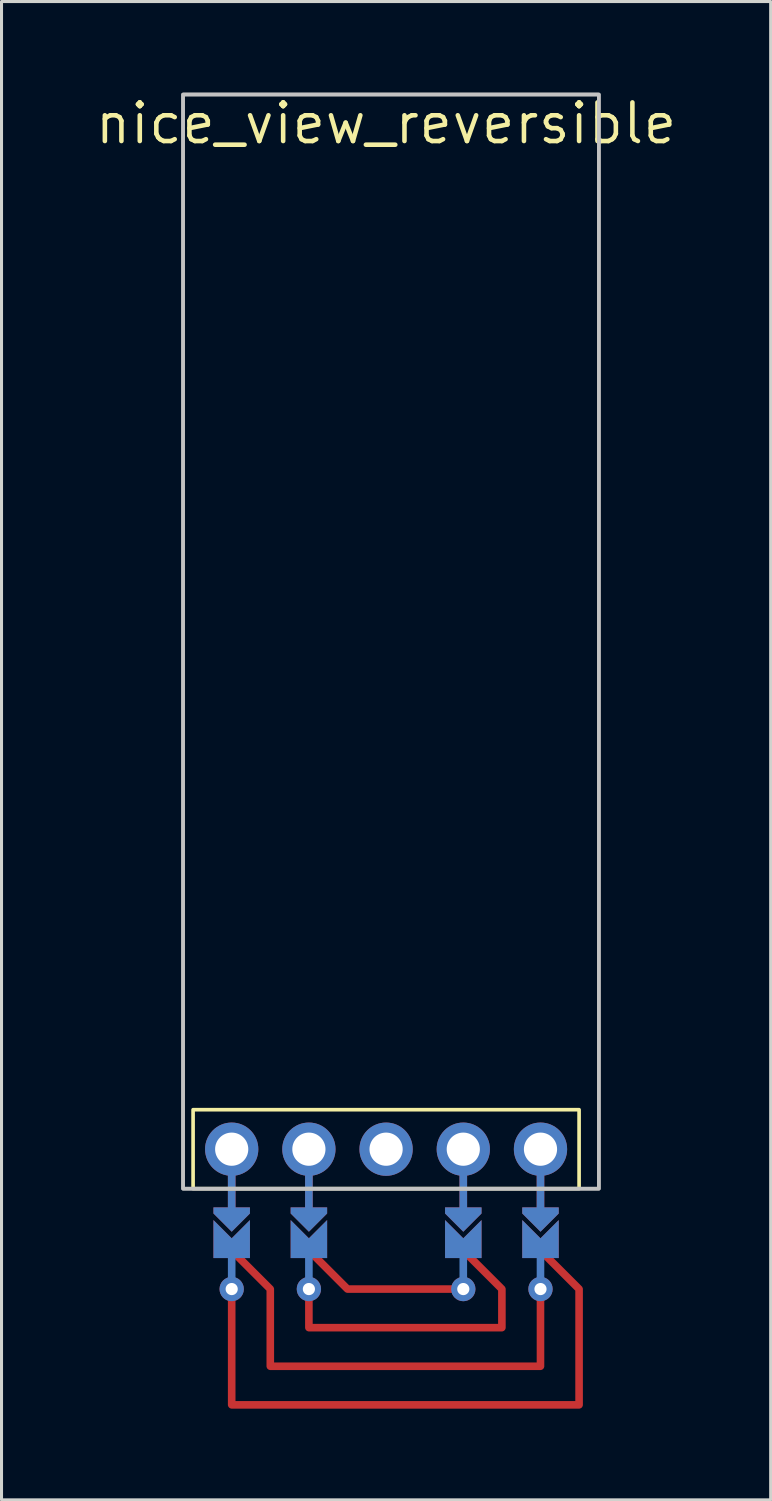
<source format=kicad_pcb>
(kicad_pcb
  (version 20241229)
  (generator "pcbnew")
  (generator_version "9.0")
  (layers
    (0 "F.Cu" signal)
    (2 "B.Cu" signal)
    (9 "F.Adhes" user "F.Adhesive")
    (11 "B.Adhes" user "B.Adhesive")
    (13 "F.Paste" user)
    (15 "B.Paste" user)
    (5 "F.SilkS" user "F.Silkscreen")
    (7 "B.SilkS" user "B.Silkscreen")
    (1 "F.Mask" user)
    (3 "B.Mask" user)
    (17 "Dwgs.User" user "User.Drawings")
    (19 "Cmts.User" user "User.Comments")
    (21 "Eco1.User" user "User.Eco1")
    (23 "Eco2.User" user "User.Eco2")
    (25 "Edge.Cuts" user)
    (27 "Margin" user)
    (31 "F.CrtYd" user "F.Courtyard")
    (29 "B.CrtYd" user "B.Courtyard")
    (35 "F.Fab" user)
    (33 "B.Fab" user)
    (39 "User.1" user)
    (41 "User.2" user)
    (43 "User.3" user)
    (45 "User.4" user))
  (footprint "nice_view_reversible"
    (layer "F.Cu")
    (at 9.653 18.28)
    (property "Reference" "nice_view_reversible" (at 0 -17.27 0) (layer "F.SilkS") (effects (font (size 1.27 1.27) (thickness 0.15))))
    (attr through_hole)
    (fp_rect (start -5.59 19.558) (end -4.57 18.542) (stroke (width 0.1) (type solid)) (fill yes) (layer "F.Mask"))
    (fp_rect (start -3.05 19.558) (end -2.03 18.542) (stroke (width 0.1) (type solid)) (fill yes) (layer "F.Mask"))
    (fp_rect (start 2.03 19.558) (end 3.05 18.542) (stroke (width 0.1) (type solid)) (fill yes) (layer "F.Mask"))
    (fp_rect (start 4.57 19.558) (end 5.59 18.542) (stroke (width 0.1) (type solid)) (fill yes) (layer "F.Mask"))
    (fp_rect (start -5.59 19.558) (end -4.57 18.542) (stroke (width 0.1) (type solid)) (fill yes) (layer "B.Mask"))
    (fp_rect (start -3.05 19.558) (end -2.03 18.542) (stroke (width 0.1) (type solid)) (fill yes) (layer "B.Mask"))
    (fp_rect (start 2.03 19.558) (end 3.05 18.542) (stroke (width 0.1) (type solid)) (fill yes) (layer "B.Mask"))
    (fp_rect (start 4.57 19.558) (end 5.59 18.542) (stroke (width 0.1) (type solid)) (fill yes) (layer "B.Mask"))
    (fp_rect (start -6.35 15.18) (end 6.35 17.78) (stroke (width 0.12) (type solid)) (fill no) (layer "F.SilkS"))
    (fp_rect (start 7 17.78) (end -6.68 -18.22) (stroke (width 0.12) (type solid)) (fill no) (layer "Dwgs.User"))
    (fp_rect (start 7 17.78) (end -6.68 -18.22) (stroke (width 0.12) (type solid)) (fill no) (layer "F.Fab"))
    (pad "" smd rect (at -5.08 17.78) (size 0.25 2) (layers "F.Cu"))
    (pad "" smd rect (at -5.08 17.78) (size 0.25 2) (layers "B.Cu"))
    (pad "" smd custom (at -5.08 18.796) (size 0.1 0.1) (layers "F.Cu" "F.Mask") (options (anchor rect)) (primitives (gr_poly (pts (xy 0.6 -0.4) (xy -0.6 -0.4) (xy -0.6 -0.2) (xy 0 0.4) (xy 0.6 -0.2)) (width 0) (fill yes))))
    (pad "" smd custom (at -5.08 18.796) (size 0.1 0.1) (layers "B.Cu" "B.Mask") (options (anchor rect)) (primitives (gr_poly (pts (xy 0.6 -0.4) (xy -0.6 -0.4) (xy -0.6 -0.2) (xy 0 0.4) (xy 0.6 -0.2)) (width 0) (fill yes))))
    (pad "" smd custom (at -5.08 19.812) (size 0.25 0.25) (layers "F.Cu") (options (anchor circle)) (primitives (gr_line (start 0 0) (end 1.27 1.27) (width 0.25)) (gr_line (start 1.27 1.27) (end 1.27 3.81) (width 0.25)) (gr_line (start 1.27 3.81) (end 10.16 3.81) (width 0.25)) (gr_line (start 10.16 3.81) (end 10.16 1.27) (width 0.25))))
    (pad "" smd custom (at -5.08 19.812) (size 1.2 0.5) (layers "F.Cu" "F.Mask") (options (anchor rect)) (primitives (gr_poly (pts (xy 0.6 0) (xy -0.6 0) (xy -0.6 -1) (xy 0 -0.4) (xy 0.6 -1)) (width 0) (fill yes))))
    (pad "" smd custom (at -5.08 19.812) (size 1.2 0.5) (layers "B.Cu" "B.Mask") (options (anchor rect)) (primitives (gr_poly (pts (xy 0.6 0) (xy -0.6 0) (xy -0.6 -1) (xy 0 -0.4) (xy 0.6 -1)) (width 0) (fill yes))))
    (pad "" smd rect (at -5.08 20.32) (size 0.25 1.5) (layers "B.Cu"))
    (pad "" thru_hole circle (at -5.08 21.082) (size 0.8 0.8) (drill 0.4) (layers "*.Cu"))
    (pad "" smd rect (at -2.54 17.78) (size 0.25 2) (layers "F.Cu"))
    (pad "" smd rect (at -2.54 17.78) (size 0.25 2) (layers "B.Cu"))
    (pad "" smd custom (at -2.54 18.796) (size 0.1 0.1) (layers "F.Cu" "F.Mask") (options (anchor rect)) (primitives (gr_poly (pts (xy 0.6 -0.4) (xy -0.6 -0.4) (xy -0.6 -0.2) (xy 0 0.4) (xy 0.6 -0.2)) (width 0) (fill yes))))
    (pad "" smd custom (at -2.54 18.796) (size 0.1 0.1) (layers "B.Cu" "B.Mask") (options (anchor rect)) (primitives (gr_poly (pts (xy 0.6 -0.4) (xy -0.6 -0.4) (xy -0.6 -0.2) (xy 0 0.4) (xy 0.6 -0.2)) (width 0) (fill yes))))
    (pad "" smd custom (at -2.54 19.812) (size 0.25 0.25) (layers "F.Cu") (options (anchor circle)) (primitives (gr_line (start 0 0) (end 1.27 1.27) (width 0.25)) (gr_line (start 1.27 1.27) (end 5.08 1.27) (width 0.25))))
    (pad "" smd custom (at -2.54 19.812) (size 1.2 0.5) (layers "F.Cu" "F.Mask") (options (anchor rect)) (primitives (gr_poly (pts (xy 0.6 0) (xy -0.6 0) (xy -0.6 -1) (xy 0 -0.4) (xy 0.6 -1)) (width 0) (fill yes))))
    (pad "" smd custom (at -2.54 19.812) (size 1.2 0.5) (layers "B.Cu" "B.Mask") (options (anchor rect)) (primitives (gr_poly (pts (xy 0.6 0) (xy -0.6 0) (xy -0.6 -1) (xy 0 -0.4) (xy 0.6 -1)) (width 0) (fill yes))))
    (pad "" smd rect (at -2.54 20.32) (size 0.25 1.5) (layers "B.Cu"))
    (pad "" thru_hole circle (at -2.54 21.082) (size 0.8 0.8) (drill 0.4) (layers "*.Cu"))
    (pad "" smd rect (at 2.54 17.78) (size 0.25 2) (layers "F.Cu"))
    (pad "" smd rect (at 2.54 17.78) (size 0.25 2) (layers "B.Cu"))
    (pad "" smd custom (at 2.54 18.796) (size 0.1 0.1) (layers "F.Cu" "F.Mask") (options (anchor rect)) (primitives (gr_poly (pts (xy 0.6 -0.4) (xy -0.6 -0.4) (xy -0.6 -0.2) (xy 0 0.4) (xy 0.6 -0.2)) (width 0) (fill yes))))
    (pad "" smd custom (at 2.54 18.796) (size 0.1 0.1) (layers "B.Cu" "B.Mask") (options (anchor rect)) (primitives (gr_poly (pts (xy 0.6 -0.4) (xy -0.6 -0.4) (xy -0.6 -0.2) (xy 0 0.4) (xy 0.6 -0.2)) (width 0) (fill yes))))
    (pad "" smd custom (at 2.54 19.812) (size 0.25 0.25) (layers "F.Cu") (options (anchor circle)) (primitives (gr_line (start 0 0) (end 1.27 1.27) (width 0.25)) (gr_line (start 1.27 1.27) (end 1.27 2.54) (width 0.25)) (gr_line (start 1.27 2.54) (end -5.08 2.54) (width 0.25)) (gr_line (start -5.08 2.54) (end -5.08 1.27) (width 0.25))))
    (pad "" smd custom (at 2.54 19.812) (size 1.2 0.5) (layers "F.Cu" "F.Mask") (options (anchor rect)) (primitives (gr_poly (pts (xy 0.6 0) (xy -0.6 0) (xy -0.6 -1) (xy 0 -0.4) (xy 0.6 -1)) (width 0) (fill yes))))
    (pad "" smd custom (at 2.54 19.812) (size 1.2 0.5) (layers "B.Cu" "B.Mask") (options (anchor rect)) (primitives (gr_poly (pts (xy 0.6 0) (xy -0.6 0) (xy -0.6 -1) (xy 0 -0.4) (xy 0.6 -1)) (width 0) (fill yes))))
    (pad "" smd rect (at 2.54 20.32) (size 0.25 1.5) (layers "B.Cu"))
    (pad "" thru_hole circle (at 2.54 21.082) (size 0.8 0.8) (drill 0.4) (layers "*.Cu"))
    (pad "" smd rect (at 5.08 17.78) (size 0.25 2) (layers "F.Cu"))
    (pad "" smd rect (at 5.08 17.78) (size 0.25 2) (layers "B.Cu"))
    (pad "" smd custom (at 5.08 18.796) (size 0.1 0.1) (layers "F.Cu" "F.Mask") (options (anchor rect)) (primitives (gr_poly (pts (xy 0.6 -0.4) (xy -0.6 -0.4) (xy -0.6 -0.2) (xy 0 0.4) (xy 0.6 -0.2)) (width 0) (fill yes))))
    (pad "" smd custom (at 5.08 18.796) (size 0.1 0.1) (layers "B.Cu" "B.Mask") (options (anchor rect)) (primitives (gr_poly (pts (xy 0.6 -0.4) (xy -0.6 -0.4) (xy -0.6 -0.2) (xy 0 0.4) (xy 0.6 -0.2)) (width 0) (fill yes))))
    (pad "" smd custom (at 5.08 19.812) (size 0.25 0.25) (layers "F.Cu") (options (anchor circle)) (primitives (gr_line (start 0 0) (end 1.27 1.27) (width 0.25)) (gr_line (start 1.27 1.27) (end 1.27 5.08) (width 0.25)) (gr_line (start 1.27 5.08) (end -10.16 5.08) (width 0.25)) (gr_line (start -10.16 5.08) (end -10.16 1.27) (width 0.25))))
    (pad "" smd custom (at 5.08 19.812) (size 1.2 0.5) (layers "F.Cu" "F.Mask") (options (anchor rect)) (primitives (gr_poly (pts (xy 0.6 0) (xy -0.6 0) (xy -0.6 -1) (xy 0 -0.4) (xy 0.6 -1)) (width 0) (fill yes))))
    (pad "" smd custom (at 5.08 19.812) (size 1.2 0.5) (layers "B.Cu" "B.Mask") (options (anchor rect)) (primitives (gr_poly (pts (xy 0.6 0) (xy -0.6 0) (xy -0.6 -1) (xy 0 -0.4) (xy 0.6 -1)) (width 0) (fill yes))))
    (pad "" smd rect (at 5.08 20.32) (size 0.25 1.5) (layers "B.Cu"))
    (pad "" thru_hole circle (at 5.08 21.082) (size 0.8 0.8) (drill 0.4) (layers "*.Cu"))
    (pad "1" thru_hole circle (at -5.08 16.48 270) (size 1.753 1.753) (drill 1.092) (layers "*.Cu" "*.Mask"))
    (pad "2" thru_hole circle (at -2.54 16.48 270) (size 1.753 1.753) (drill 1.092) (layers "*.Cu" "*.Mask"))
    (pad "3" thru_hole circle (at 0 16.48 270) (size 1.753 1.753) (drill 1.092) (layers "*.Cu" "*.Mask"))
    (pad "4" thru_hole circle (at 2.54 16.48 270) (size 1.753 1.753) (drill 1.092) (layers "*.Cu" "*.Mask"))
    (pad "5" thru_hole circle (at 5.08 16.48 270) (size 1.753 1.753) (drill 1.092) (layers "*.Cu" "*.Mask")))
  (gr_rect
    (start -3 -3)
    (end 22.306 46.297)
    (stroke (width 0.1) (type default))
    (fill no)
    (layer "Edge.Cuts")))
</source>
